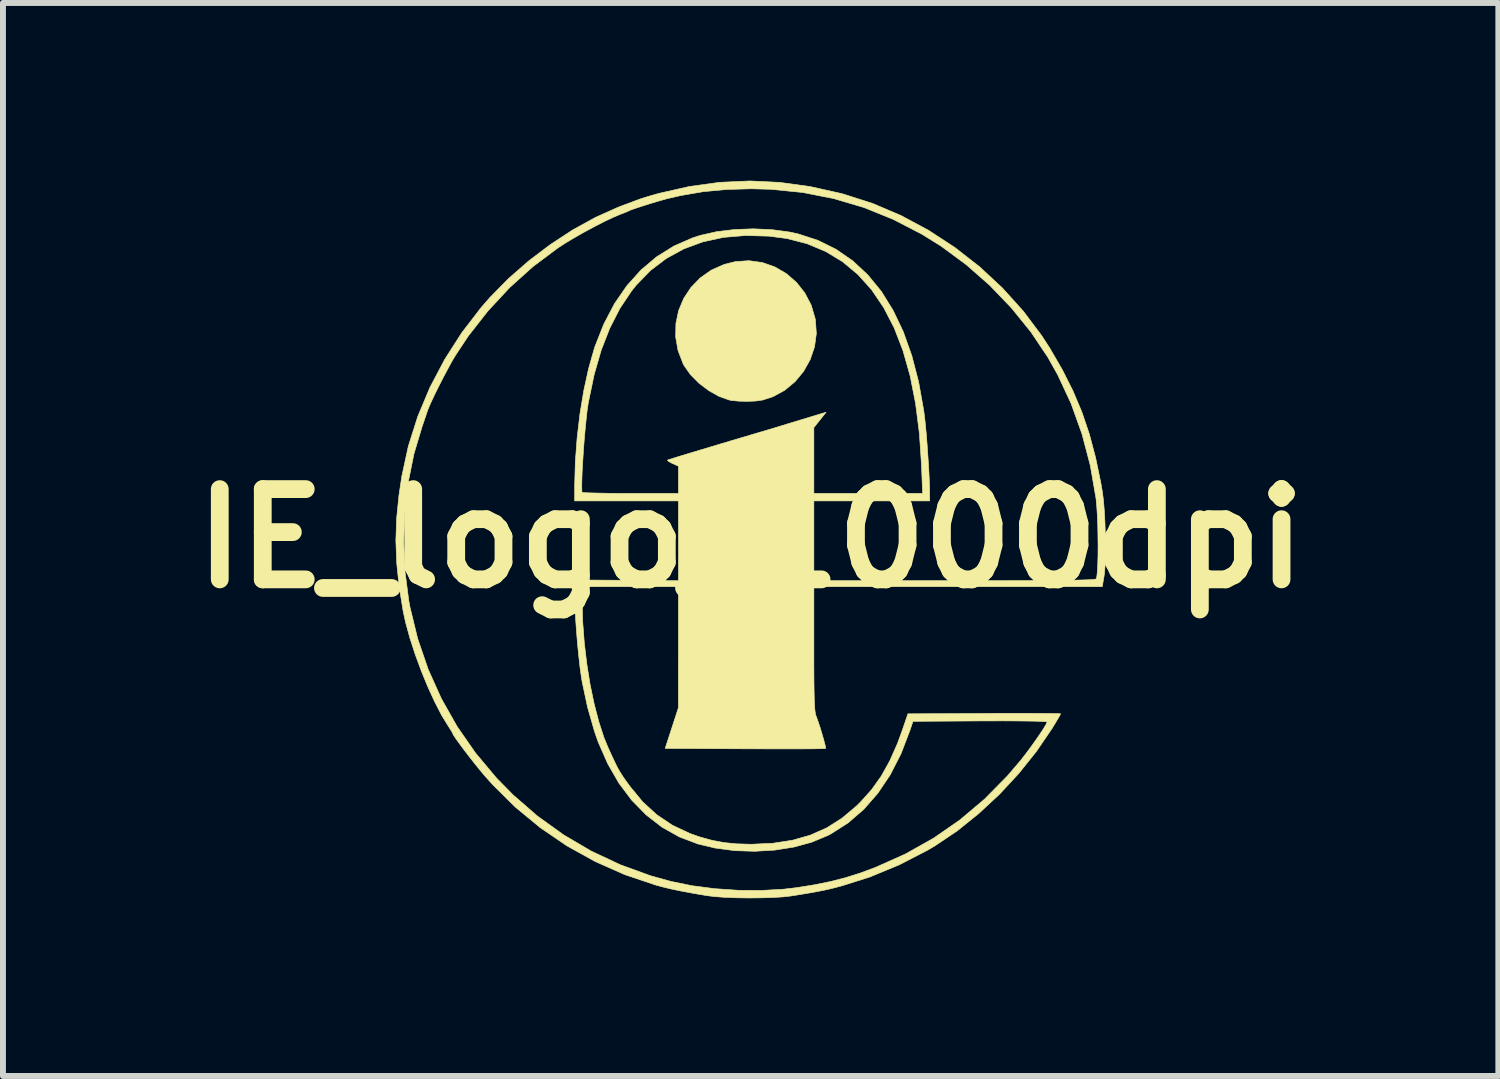
<source format=kicad_pcb>
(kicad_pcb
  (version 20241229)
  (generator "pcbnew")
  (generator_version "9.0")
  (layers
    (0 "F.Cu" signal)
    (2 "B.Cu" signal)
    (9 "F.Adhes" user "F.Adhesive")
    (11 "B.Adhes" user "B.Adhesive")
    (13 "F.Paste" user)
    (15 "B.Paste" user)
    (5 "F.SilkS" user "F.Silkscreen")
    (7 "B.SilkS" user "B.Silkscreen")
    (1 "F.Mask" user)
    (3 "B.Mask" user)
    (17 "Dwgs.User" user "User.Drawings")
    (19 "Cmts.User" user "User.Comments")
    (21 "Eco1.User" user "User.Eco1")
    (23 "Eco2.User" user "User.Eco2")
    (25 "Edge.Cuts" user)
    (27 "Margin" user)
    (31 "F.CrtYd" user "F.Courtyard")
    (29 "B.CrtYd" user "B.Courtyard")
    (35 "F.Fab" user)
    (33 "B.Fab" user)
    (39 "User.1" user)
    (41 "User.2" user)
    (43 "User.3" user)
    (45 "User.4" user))
  (footprint "IE_logo_1000dpi"
    (layer "F.Cu")
    (at 9.623 6.042)
    (property "Reference" "IE_logo_1000dpi" (at 0 0 0) (layer "F.SilkS") (effects (font (size 1.524 1.524) (thickness 0.3))))
    (attr through_hole)
    (fp_poly (pts (xy 0.196 -4.66) (xy 0.408 -4.586) (xy 0.602 -4.473) (xy 0.772 -4.326) (xy 0.914 -4.147) (xy 1.022 -3.941) (xy 1.089 -3.712) (xy 1.093 -3.69) (xy 1.109 -3.461) (xy 1.078 -3.236) (xy 1.005 -3.021) (xy 0.894 -2.823) (xy 0.75 -2.649) (xy 0.576 -2.504) (xy 0.377 -2.395) (xy 0.2 -2.338) (xy 0.088 -2.322) (xy -0.051 -2.316) (xy -0.195 -2.319) (xy -0.321 -2.331) (xy -0.363 -2.339) (xy -0.534 -2.4) (xy -0.708 -2.498) (xy -0.873 -2.623) (xy -1.015 -2.766) (xy -1.121 -2.916) (xy -1.138 -2.946) (xy -1.226 -3.174) (xy -1.266 -3.404) (xy -1.262 -3.631) (xy -1.216 -3.849) (xy -1.13 -4.054) (xy -1.008 -4.239) (xy -0.852 -4.4) (xy -0.664 -4.532) (xy -0.448 -4.628) (xy -0.26 -4.675) (xy -0.029 -4.691) (xy 0.196 -4.66)) (stroke (width 0.01) (type solid)) (fill yes) (layer "F.SilkS"))
    (fp_poly (pts (xy 0.49 -6.013) (xy 1.006 -5.942) (xy 1.535 -5.824) (xy 1.564 -5.816) (xy 2.058 -5.658) (xy 2.539 -5.453) (xy 3.003 -5.204) (xy 3.446 -4.915) (xy 3.863 -4.59) (xy 4.25 -4.23) (xy 4.602 -3.84) (xy 4.915 -3.423) (xy 5.051 -3.213) (xy 5.263 -2.847) (xy 5.442 -2.491) (xy 5.593 -2.133) (xy 5.718 -1.763) (xy 5.823 -1.368) (xy 5.912 -0.939) (xy 5.938 -0.787) (xy 5.955 -0.655) (xy 5.969 -0.489) (xy 5.98 -0.301) (xy 5.987 -0.102) (xy 5.99 0.097) (xy 5.989 0.284) (xy 5.984 0.449) (xy 5.974 0.58) (xy 5.967 0.629) (xy 5.936 0.813) (xy 1.067 0.813) (xy 1.067 1.854) (xy 1.067 2.123) (xy 1.068 2.346) (xy 1.07 2.528) (xy 1.073 2.673) (xy 1.077 2.785) (xy 1.082 2.869) (xy 1.089 2.93) (xy 1.097 2.972) (xy 1.103 2.99) (xy 1.137 3.085) (xy 1.173 3.192) (xy 1.206 3.302) (xy 1.235 3.403) (xy 1.256 3.484) (xy 1.266 3.534) (xy 1.265 3.544) (xy 1.238 3.546) (xy 1.165 3.548) (xy 1.05 3.55) (xy 0.899 3.551) (xy 0.716 3.551) (xy 0.506 3.551) (xy 0.274 3.551) (xy 0.023 3.55) (xy -0.095 3.55) (xy -1.443 3.543) (xy -1.22 2.857) (xy -1.219 0.813) (xy -2.845 0.813) (xy -2.844 1.073) (xy -2.835 1.414) (xy -2.808 1.766) (xy -2.766 2.118) (xy -2.711 2.463) (xy -2.642 2.792) (xy -2.563 3.094) (xy -2.476 3.363) (xy -2.401 3.543) (xy -2.336 3.684) (xy -2.287 3.788) (xy -2.247 3.869) (xy -2.209 3.935) (xy -2.169 3.999) (xy -2.12 4.071) (xy -2.055 4.161) (xy -2.039 4.183) (xy -1.823 4.445) (xy -1.585 4.663) (xy -1.321 4.84) (xy -1.026 4.979) (xy -0.862 5.037) (xy -0.652 5.095) (xy -0.45 5.133) (xy -0.237 5.154) (xy 0.005 5.161) (xy 0.013 5.161) (xy 0.377 5.144) (xy 0.707 5.093) (xy 1.008 5.007) (xy 1.285 4.884) (xy 1.542 4.721) (xy 1.786 4.516) (xy 1.855 4.448) (xy 2.043 4.238) (xy 2.206 4.009) (xy 2.349 3.752) (xy 2.479 3.459) (xy 2.56 3.237) (xy 2.655 2.959) (xy 3.944 2.953) (xy 4.194 2.951) (xy 4.429 2.951) (xy 4.642 2.951) (xy 4.83 2.952) (xy 4.988 2.953) (xy 5.11 2.954) (xy 5.193 2.956) (xy 5.23 2.958) (xy 5.232 2.959) (xy 5.22 2.985) (xy 5.186 3.044) (xy 5.136 3.128) (xy 5.089 3.205) (xy 4.827 3.59) (xy 4.529 3.963) (xy 4.201 4.317) (xy 3.85 4.643) (xy 3.486 4.936) (xy 3.113 5.187) (xy 2.997 5.256) (xy 2.509 5.508) (xy 2.011 5.714) (xy 1.537 5.864) (xy 1.423 5.894) (xy 1.322 5.919) (xy 1.222 5.941) (xy 1.113 5.962) (xy 0.983 5.985) (xy 0.821 6.012) (xy 0.692 6.033) (xy 0.555 6.049) (xy 0.38 6.06) (xy 0.18 6.066) (xy -0.032 6.068) (xy -0.244 6.065) (xy -0.442 6.057) (xy -0.614 6.044) (xy -0.737 6.029) (xy -0.977 5.988) (xy -1.176 5.951) (xy -1.344 5.916) (xy -1.492 5.88) (xy -1.599 5.851) (xy -2.123 5.675) (xy -2.624 5.453) (xy -3.102 5.188) (xy -3.552 4.881) (xy -3.973 4.534) (xy -4.362 4.148) (xy -4.494 4) (xy -4.57 3.909) (xy -4.655 3.804) (xy -4.743 3.692) (xy -4.829 3.58) (xy -4.906 3.477) (xy -4.969 3.39) (xy -5.012 3.326) (xy -5.029 3.294) (xy -5.029 3.293) (xy -5.042 3.266) (xy -5.076 3.211) (xy -5.106 3.165) (xy -5.219 2.98) (xy -5.335 2.755) (xy -5.451 2.502) (xy -5.562 2.231) (xy -5.664 1.954) (xy -5.753 1.68) (xy -5.824 1.422) (xy -5.866 1.231) (xy -5.934 0.811) (xy -5.975 0.419) (xy -5.989 0.057) (xy -5.858 0.057) (xy -5.835 0.56) (xy -5.771 1.053) (xy -5.751 1.16) (xy -5.621 1.693) (xy -5.444 2.209) (xy -5.221 2.704) (xy -4.954 3.176) (xy -4.643 3.623) (xy -4.291 4.043) (xy -4.012 4.327) (xy -3.6 4.685) (xy -3.159 5.002) (xy -2.691 5.277) (xy -2.199 5.508) (xy -1.687 5.694) (xy -1.344 5.789) (xy -0.991 5.861) (xy -0.609 5.911) (xy -0.214 5.938) (xy 0.179 5.941) (xy 0.554 5.92) (xy 0.775 5.894) (xy 1.08 5.845) (xy 1.35 5.79) (xy 1.6 5.726) (xy 1.845 5.649) (xy 2.099 5.555) (xy 2.114 5.549) (xy 2.616 5.324) (xy 3.089 5.058) (xy 3.532 4.751) (xy 3.946 4.402) (xy 4.332 4.011) (xy 4.558 3.746) (xy 4.64 3.641) (xy 4.725 3.527) (xy 4.808 3.411) (xy 4.883 3.302) (xy 4.945 3.208) (xy 4.987 3.137) (xy 5.004 3.097) (xy 5.004 3.095) (xy 4.979 3.091) (xy 4.908 3.087) (xy 4.796 3.083) (xy 4.647 3.081) (xy 4.465 3.079) (xy 4.255 3.078) (xy 4.023 3.079) (xy 3.872 3.079) (xy 2.74 3.086) (xy 2.689 3.239) (xy 2.538 3.633) (xy 2.357 3.987) (xy 2.148 4.299) (xy 1.911 4.57) (xy 1.647 4.799) (xy 1.355 4.986) (xy 1.298 5.015) (xy 1.029 5.127) (xy 0.728 5.209) (xy 0.405 5.26) (xy 0.069 5.28) (xy -0.269 5.269) (xy -0.6 5.225) (xy -0.89 5.156) (xy -1.204 5.037) (xy -1.496 4.873) (xy -1.764 4.666) (xy -2.008 4.417) (xy -2.225 4.128) (xy -2.413 3.801) (xy -2.573 3.438) (xy -2.638 3.251) (xy -2.754 2.846) (xy -2.844 2.422) (xy -2.86 2.324) (xy -2.881 2.174) (xy -2.902 1.986) (xy -2.923 1.776) (xy -2.941 1.557) (xy -2.956 1.342) (xy -2.966 1.147) (xy -2.971 0.985) (xy -2.971 0.953) (xy -2.972 0.699) (xy -2.096 0.705) (xy -1.219 0.712) (xy -1.219 -0.635) (xy -2.972 -0.635) (xy -2.971 -0.865) (xy -2.852 -0.865) (xy -2.849 -0.79) (xy -2.848 -0.781) (xy -2.823 -0.776) (xy -2.753 -0.772) (xy -2.644 -0.769) (xy -2.503 -0.766) (xy -2.335 -0.763) (xy -2.146 -0.762) (xy -2.032 -0.762) (xy -1.219 -0.762) (xy -1.219 -1.222) (xy -1.327 -1.27) (xy -1.385 -1.301) (xy -1.404 -1.322) (xy -1.397 -1.328) (xy -1.348 -1.343) (xy -1.278 -1.365) (xy -1.268 -1.368) (xy -1.212 -1.386) (xy -1.115 -1.415) (xy -0.986 -1.454) (xy -0.833 -1.5) (xy -0.663 -1.551) (xy -0.484 -1.605) (xy -0.306 -1.658) (xy -0.134 -1.709) (xy 0.021 -1.755) (xy 0.153 -1.794) (xy 0.252 -1.823) (xy 0.267 -1.828) (xy 0.319 -1.843) (xy 0.408 -1.87) (xy 0.523 -1.905) (xy 0.65 -1.944) (xy 0.673 -1.951) (xy 0.809 -1.992) (xy 0.941 -2.032) (xy 1.053 -2.066) (xy 1.133 -2.09) (xy 1.138 -2.092) (xy 1.273 -2.132) (xy 1.067 -1.873) (xy 1.067 -0.762) (xy 2.903 -0.762) (xy 2.885 -1.226) (xy 2.849 -1.774) (xy 2.784 -2.282) (xy 2.692 -2.748) (xy 2.571 -3.174) (xy 2.423 -3.557) (xy 2.246 -3.899) (xy 2.043 -4.199) (xy 1.811 -4.457) (xy 1.553 -4.673) (xy 1.267 -4.846) (xy 0.954 -4.977) (xy 0.614 -5.065) (xy 0.312 -5.105) (xy -0.086 -5.116) (xy -0.458 -5.085) (xy -0.806 -5.009) (xy -1.127 -4.891) (xy -1.422 -4.73) (xy -1.69 -4.527) (xy -1.929 -4.281) (xy -2.012 -4.178) (xy -2.208 -3.884) (xy -2.378 -3.552) (xy -2.523 -3.181) (xy -2.642 -2.768) (xy -2.737 -2.312) (xy -2.744 -2.273) (xy -2.761 -2.158) (xy -2.777 -2.012) (xy -2.794 -1.844) (xy -2.81 -1.663) (xy -2.824 -1.477) (xy -2.835 -1.295) (xy -2.845 -1.127) (xy -2.85 -0.98) (xy -2.852 -0.865) (xy -2.971 -0.865) (xy -2.971 -0.895) (xy -2.96 -1.298) (xy -2.929 -1.707) (xy -2.881 -2.113) (xy -2.816 -2.504) (xy -2.736 -2.869) (xy -2.643 -3.197) (xy -2.63 -3.239) (xy -2.48 -3.619) (xy -2.3 -3.963) (xy -2.09 -4.268) (xy -1.852 -4.533) (xy -1.587 -4.757) (xy -1.296 -4.938) (xy -0.981 -5.076) (xy -0.851 -5.118) (xy -0.577 -5.18) (xy -0.274 -5.217) (xy 0.043 -5.229) (xy 0.357 -5.215) (xy 0.655 -5.175) (xy 0.799 -5.144) (xy 1.134 -5.035) (xy 1.442 -4.883) (xy 1.724 -4.688) (xy 1.978 -4.451) (xy 2.206 -4.173) (xy 2.405 -3.852) (xy 2.577 -3.491) (xy 2.72 -3.089) (xy 2.835 -2.647) (xy 2.921 -2.165) (xy 2.933 -2.076) (xy 2.948 -1.944) (xy 2.964 -1.777) (xy 2.979 -1.586) (xy 2.993 -1.384) (xy 3.006 -1.186) (xy 3.015 -1.003) (xy 3.021 -0.849) (xy 3.022 -0.768) (xy 3.023 -0.635) (xy 1.067 -0.635) (xy 1.067 0.711) (xy 3.44 0.711) (xy 3.857 0.711) (xy 4.226 0.711) (xy 4.55 0.71) (xy 4.83 0.709) (xy 5.07 0.707) (xy 5.271 0.705) (xy 5.437 0.703) (xy 5.571 0.7) (xy 5.674 0.697) (xy 5.749 0.693) (xy 5.799 0.689) (xy 5.827 0.683) (xy 5.834 0.679) (xy 5.845 0.636) (xy 5.854 0.55) (xy 5.86 0.43) (xy 5.864 0.284) (xy 5.865 0.122) (xy 5.863 -0.05) (xy 5.86 -0.221) (xy 5.853 -0.385) (xy 5.844 -0.532) (xy 5.833 -0.654) (xy 5.83 -0.679) (xy 5.734 -1.234) (xy 5.593 -1.768) (xy 5.41 -2.279) (xy 5.184 -2.764) (xy 5.017 -3.061) (xy 4.731 -3.488) (xy 4.402 -3.894) (xy 4.036 -4.275) (xy 3.639 -4.624) (xy 3.216 -4.936) (xy 2.891 -5.138) (xy 2.41 -5.387) (xy 1.915 -5.588) (xy 1.405 -5.739) (xy 0.882 -5.842) (xy 0.344 -5.896) (xy 0.013 -5.905) (xy -0.409 -5.893) (xy -0.801 -5.856) (xy -1.179 -5.791) (xy -1.41 -5.738) (xy -1.496 -5.714) (xy -1.603 -5.683) (xy -1.718 -5.648) (xy -1.831 -5.612) (xy -1.931 -5.58) (xy -2.005 -5.554) (xy -2.043 -5.539) (xy -2.045 -5.538) (xy -2.082 -5.52) (xy -2.149 -5.493) (xy -2.197 -5.475) (xy -2.312 -5.427) (xy -2.459 -5.358) (xy -2.625 -5.273) (xy -2.8 -5.179) (xy -2.973 -5.081) (xy -3.131 -4.986) (xy -3.252 -4.908) (xy -3.673 -4.593) (xy -4.069 -4.237) (xy -4.435 -3.843) (xy -4.767 -3.419) (xy -4.98 -3.098) (xy -5.04 -2.998) (xy -5.109 -2.871) (xy -5.185 -2.729) (xy -5.26 -2.582) (xy -5.331 -2.439) (xy -5.391 -2.311) (xy -5.437 -2.208) (xy -5.46 -2.146) (xy -5.48 -2.085) (xy -5.511 -1.994) (xy -5.546 -1.893) (xy -5.548 -1.886) (xy -5.685 -1.428) (xy -5.782 -0.946) (xy -5.84 -0.448) (xy -5.858 0.057) (xy -5.989 0.057) (xy -5.99 0.041) (xy -5.977 -0.339) (xy -5.937 -0.735) (xy -5.889 -1.054) (xy -5.779 -1.56) (xy -5.62 -2.061) (xy -5.415 -2.55) (xy -5.166 -3.023) (xy -4.876 -3.476) (xy -4.546 -3.905) (xy -4.397 -4.075) (xy -4.087 -4.39) (xy -3.746 -4.688) (xy -3.382 -4.963) (xy -3.005 -5.21) (xy -2.622 -5.421) (xy -2.243 -5.591) (xy -2.155 -5.625) (xy -2.051 -5.663) (xy -1.954 -5.7) (xy -1.883 -5.726) (xy -1.88 -5.728) (xy -1.816 -5.749) (xy -1.719 -5.779) (xy -1.606 -5.811) (xy -1.549 -5.827) (xy -1.032 -5.944) (xy -0.523 -6.014) (xy -0.018 -6.037) (xy 0.49 -6.013)) (stroke (width 0.01) (type solid)) (fill yes) (layer "F.SilkS")))
  (gr_rect
    (start -3 -3)
    (end 22.246 15.115)
    (stroke (width 0.1) (type default))
    (fill no)
    (layer "Edge.Cuts")))
</source>
